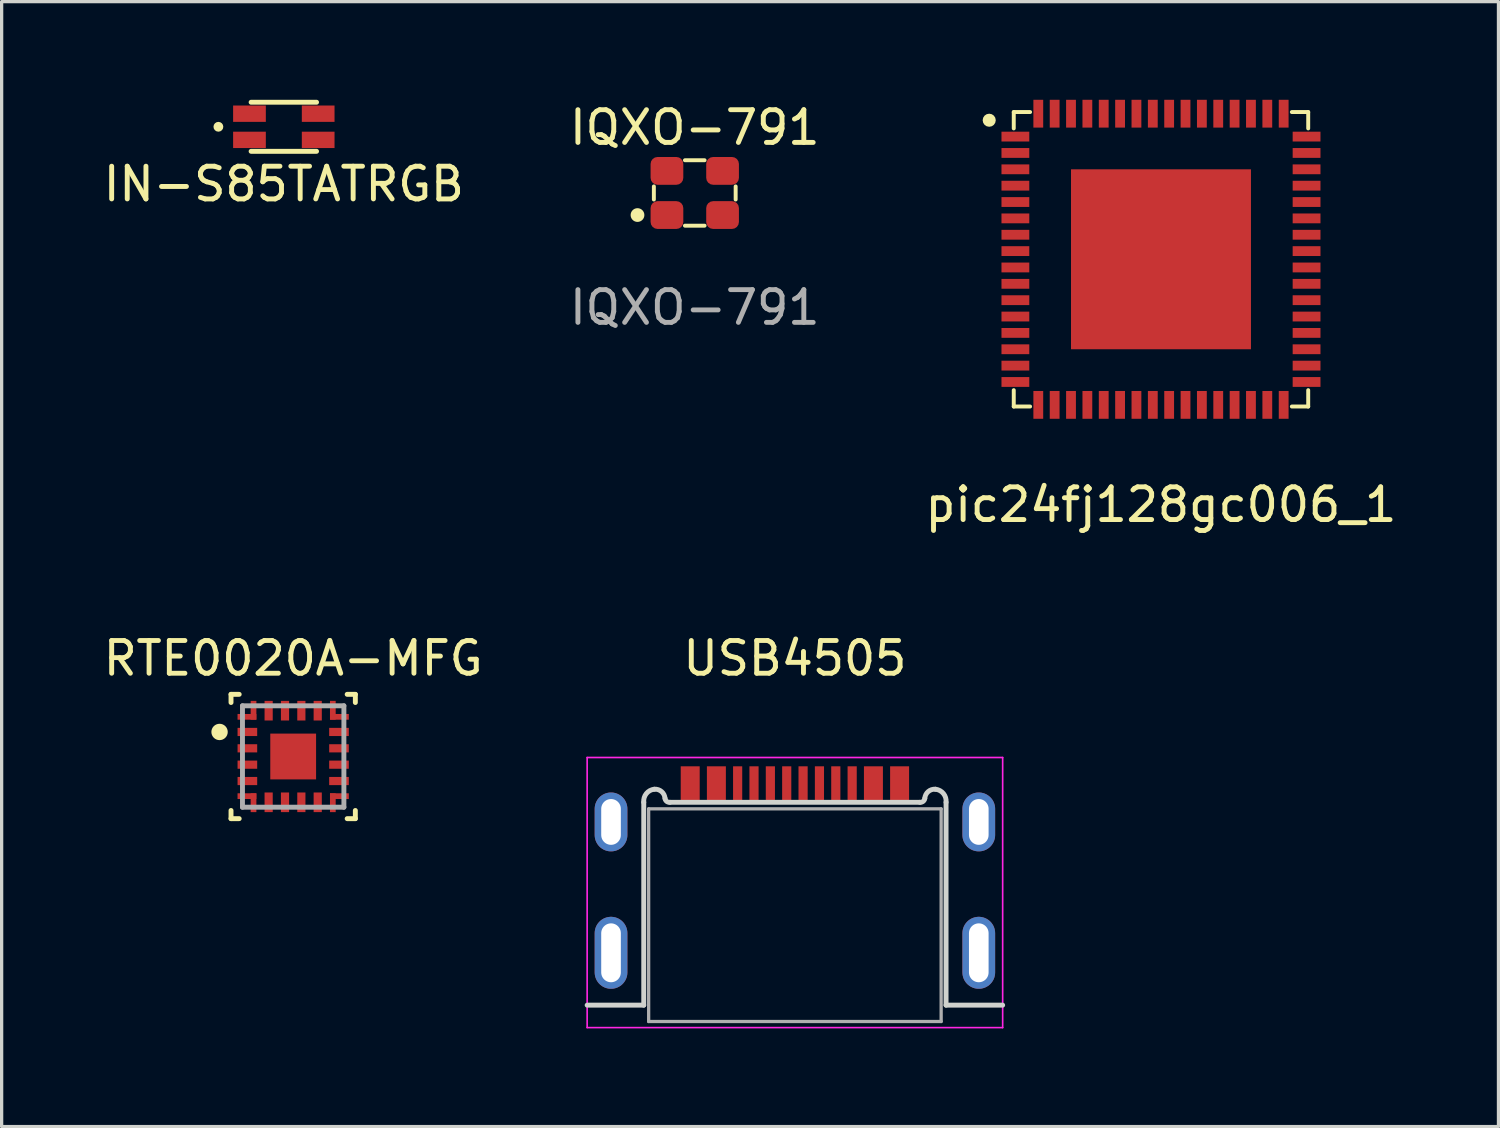
<source format=kicad_pcb>
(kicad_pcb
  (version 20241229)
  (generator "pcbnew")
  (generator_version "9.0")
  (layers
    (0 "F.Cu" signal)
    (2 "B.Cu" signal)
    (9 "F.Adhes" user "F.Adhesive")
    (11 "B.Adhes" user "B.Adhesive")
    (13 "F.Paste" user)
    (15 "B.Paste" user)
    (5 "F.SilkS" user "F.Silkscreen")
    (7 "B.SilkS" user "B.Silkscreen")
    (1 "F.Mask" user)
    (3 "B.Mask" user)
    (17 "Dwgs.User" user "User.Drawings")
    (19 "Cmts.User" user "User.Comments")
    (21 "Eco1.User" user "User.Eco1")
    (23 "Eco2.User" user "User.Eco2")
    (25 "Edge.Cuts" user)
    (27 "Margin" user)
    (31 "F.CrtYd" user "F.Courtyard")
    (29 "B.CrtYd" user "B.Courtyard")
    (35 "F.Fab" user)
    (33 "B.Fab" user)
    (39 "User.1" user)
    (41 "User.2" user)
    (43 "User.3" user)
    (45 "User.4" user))
  (footprint "RTE0020A-MFG"
    (layer "F.Cu")
    (at 5.911 20.072)
    (property "Reference" "RTE0020A-MFG" (at 0 -3 0) (unlocked yes) (layer "F.SilkS") (effects (font (size 1 1) (thickness 0.15))))
    (attr smd)
    (fp_line (start -1.9 -1.9) (end -1.65 -1.9) (stroke (width 0.15) (type solid)) (layer "F.SilkS"))
    (fp_line (start -1.9 -1.65) (end -1.9 -1.9) (stroke (width 0.15) (type solid)) (layer "F.SilkS"))
    (fp_line (start -1.9 1.9) (end -1.9 1.65) (stroke (width 0.15) (type solid)) (layer "F.SilkS"))
    (fp_line (start -1.9 1.9) (end -1.65 1.9) (stroke (width 0.15) (type solid)) (layer "F.SilkS"))
    (fp_line (start 1.65 -1.9) (end 1.9 -1.9) (stroke (width 0.15) (type solid)) (layer "F.SilkS"))
    (fp_line (start 1.65 1.9) (end 1.9 1.9) (stroke (width 0.15) (type solid)) (layer "F.SilkS"))
    (fp_line (start 1.9 -1.65) (end 1.9 -1.9) (stroke (width 0.15) (type solid)) (layer "F.SilkS"))
    (fp_line (start 1.9 1.9) (end 1.9 1.65) (stroke (width 0.15) (type solid)) (layer "F.SilkS"))
    (fp_circle (center -2.25 -0.75) (end -2.125 -0.75) (stroke (width 0.25) (type solid)) (fill no) (layer "F.SilkS"))
    (fp_poly (pts (xy 0.6 -0.65) (xy 0.65 -0.6) (xy 0.65 0.6) (xy 0.6 0.65) (xy -0.6 0.65) (xy -0.65 0.6) (xy -0.65 -0.6) (xy -0.6 -0.65)) (stroke (width 0) (type solid)) (fill yes) (layer "F.Paste"))
    (fp_line (start -1.55 -1.55) (end 1.55 -1.55) (stroke (width 0.15) (type solid)) (layer "F.Fab"))
    (fp_line (start -1.55 1.55) (end -1.55 -1.55) (stroke (width 0.15) (type solid)) (layer "F.Fab"))
    (fp_line (start -1.55 1.55) (end 1.55 1.55) (stroke (width 0.15) (type solid)) (layer "F.Fab"))
    (fp_line (start 1.55 1.55) (end 1.55 -1.55) (stroke (width 0.15) (type solid)) (layer "F.Fab"))
    (pad "1" smd rect (at -1.4 -0.75 90) (size 0.25 0.6) (layers "F.Cu" "F.Mask" "F.Paste"))
    (pad "2" smd rect (at -1.4 -0.25 90) (size 0.25 0.6) (layers "F.Cu" "F.Mask" "F.Paste"))
    (pad "3" smd rect (at -1.4 0.25 90) (size 0.25 0.6) (layers "F.Cu" "F.Mask" "F.Paste"))
    (pad "4" smd rect (at -1.4 0.75 90) (size 0.25 0.6) (layers "F.Cu" "F.Mask" "F.Paste"))
    (pad "5" smd rect (at -1.413 1.212) (size 0.575 0.175) (layers "F.Cu" "F.Mask" "F.Paste"))
    (pad "5" smd rect (at -1.212 1.413) (size 0.175 0.575) (layers "F.Cu" "F.Mask" "F.Paste"))
    (pad "6" smd rect (at -0.75 1.4) (size 0.25 0.6) (layers "F.Cu" "F.Mask" "F.Paste"))
    (pad "7" smd rect (at -0.25 1.4) (size 0.25 0.6) (layers "F.Cu" "F.Mask" "F.Paste"))
    (pad "8" smd rect (at 0.25 1.4) (size 0.25 0.6) (layers "F.Cu" "F.Mask" "F.Paste"))
    (pad "9" smd rect (at 0.75 1.4) (size 0.25 0.6) (layers "F.Cu" "F.Mask" "F.Paste"))
    (pad "10" smd rect (at 1.212 1.413) (size 0.175 0.575) (layers "F.Cu" "F.Mask" "F.Paste"))
    (pad "10" smd rect (at 1.413 1.212) (size 0.575 0.175) (layers "F.Cu" "F.Mask" "F.Paste"))
    (pad "11" smd rect (at 1.4 0.75 90) (size 0.25 0.6) (layers "F.Cu" "F.Mask" "F.Paste"))
    (pad "12" smd rect (at 1.4 0.25 90) (size 0.25 0.6) (layers "F.Cu" "F.Mask" "F.Paste"))
    (pad "13" smd rect (at 1.4 -0.25 90) (size 0.25 0.6) (layers "F.Cu" "F.Mask" "F.Paste"))
    (pad "14" smd rect (at 1.4 -0.75 90) (size 0.25 0.6) (layers "F.Cu" "F.Mask" "F.Paste"))
    (pad "15" smd rect (at 1.212 -1.413) (size 0.175 0.575) (layers "F.Cu" "F.Mask" "F.Paste"))
    (pad "15" smd rect (at 1.413 -1.212) (size 0.575 0.175) (layers "F.Cu" "F.Mask" "F.Paste"))
    (pad "16" smd rect (at 0.75 -1.4) (size 0.25 0.6) (layers "F.Cu" "F.Mask" "F.Paste"))
    (pad "17" smd rect (at 0.25 -1.4) (size 0.25 0.6) (layers "F.Cu" "F.Mask" "F.Paste"))
    (pad "18" smd rect (at -0.25 -1.4) (size 0.25 0.6) (layers "F.Cu" "F.Mask" "F.Paste"))
    (pad "19" smd rect (at -0.75 -1.4) (size 0.25 0.6) (layers "F.Cu" "F.Mask" "F.Paste"))
    (pad "20" smd rect (at -1.413 -1.212) (size 0.575 0.175) (layers "F.Cu" "F.Mask" "F.Paste"))
    (pad "20" smd rect (at -1.212 -1.413) (size 0.175 0.575) (layers "F.Cu" "F.Mask" "F.Paste"))
    (pad "21" smd rect (at 0 0) (size 1.4 1.4) (layers "F.Cu" "F.Mask")))
  (footprint "IN-S85TATRGB"
    (layer "F.Cu")
    (at 5.625 0.825)
    (property "Reference" "IN-S85TATRGB" (at 0 1.75 0) (layer "F.SilkS") (effects (font (size 1 1) (thickness 0.15))))
    (attr smd)
    (fp_line (start -1 -0.75) (end 1 -0.75) (stroke (width 0.15) (type solid)) (layer "F.SilkS"))
    (fp_line (start -1 0.75) (end 1 0.75) (stroke (width 0.15) (type solid)) (layer "F.SilkS"))
    (fp_circle (center -2 0) (end -1.925 0) (stroke (width 0.15) (type solid)) (fill no) (layer "F.SilkS"))
    (pad "1" smd rect (at -1.05 -0.4) (size 1 0.5) (layers "F.Cu" "F.Mask" "F.Paste"))
    (pad "2" smd rect (at 1.05 -0.4) (size 1 0.5) (layers "F.Cu" "F.Mask" "F.Paste"))
    (pad "3" smd rect (at -1.05 0.4) (size 1 0.5) (layers "F.Cu" "F.Mask" "F.Paste"))
    (pad "4" smd rect (at 1.05 0.4) (size 1 0.5) (layers "F.Cu" "F.Mask" "F.Paste")))
  (footprint "pic24fj128gc006_1"
    (layer "F.Cu")
    (at 32.435 4.875)
    (property "Reference" "pic24fj128gc006_1" (at 0 7.5 0) (layer "F.SilkS") (effects (font (size 1 1) (thickness 0.15))))
    (attr smd)
    (fp_line (start -4.5 -4.5) (end -4 -4.5) (stroke (width 0.12) (type solid)) (layer "F.SilkS"))
    (fp_line (start -4.5 -4) (end -4.5 -4.5) (stroke (width 0.12) (type solid)) (layer "F.SilkS"))
    (fp_line (start -4.5 4) (end -4.5 4.5) (stroke (width 0.12) (type solid)) (layer "F.SilkS"))
    (fp_line (start -4.5 4.5) (end -4 4.5) (stroke (width 0.12) (type solid)) (layer "F.SilkS"))
    (fp_line (start 4 -4.5) (end 4.5 -4.5) (stroke (width 0.12) (type solid)) (layer "F.SilkS"))
    (fp_line (start 4 4.5) (end 4.5 4.5) (stroke (width 0.12) (type solid)) (layer "F.SilkS"))
    (fp_line (start 4.5 -4) (end 4.5 -4.5) (stroke (width 0.12) (type solid)) (layer "F.SilkS"))
    (fp_line (start 4.5 4) (end 4.5 4.5) (stroke (width 0.12) (type solid)) (layer "F.SilkS"))
    (fp_circle (center -5.25 -4.25) (end -5.15 -4.25) (stroke (width 0.2) (type solid)) (fill no) (layer "F.SilkS"))
    (fp_poly (pts (xy -0.25 -0.25) (xy -2.5 -0.25) (xy -2.5 -2.5) (xy -0.25 -2.5)) (stroke (width 0.1) (type solid)) (fill yes) (layer "F.Paste"))
    (fp_poly (pts (xy -0.25 2.5) (xy -2.5 2.5) (xy -2.5 0.25) (xy -0.25 0.25)) (stroke (width 0.1) (type solid)) (fill yes) (layer "F.Paste"))
    (fp_poly (pts (xy 2.5 -0.25) (xy 0.25 -0.25) (xy 0.25 -2.5) (xy 2.5 -2.5)) (stroke (width 0.1) (type solid)) (fill yes) (layer "F.Paste"))
    (fp_poly (pts (xy 2.5 2.5) (xy 0.25 2.5) (xy 0.25 0.25) (xy 2.5 0.25)) (stroke (width 0.1) (type solid)) (fill yes) (layer "F.Paste"))
    (pad "1" smd rect (at -4.45 -3.75) (size 0.85 0.3) (layers "F.Cu" "F.Mask" "F.Paste"))
    (pad "2" smd rect (at -4.45 -3.25) (size 0.85 0.3) (layers "F.Cu" "F.Mask" "F.Paste"))
    (pad "3" smd rect (at -4.45 -2.75) (size 0.85 0.3) (layers "F.Cu" "F.Mask" "F.Paste"))
    (pad "4" smd rect (at -4.45 -2.25) (size 0.85 0.3) (layers "F.Cu" "F.Mask" "F.Paste"))
    (pad "5" smd rect (at -4.45 -1.75) (size 0.85 0.3) (layers "F.Cu" "F.Mask" "F.Paste"))
    (pad "6" smd rect (at -4.45 -1.25) (size 0.85 0.3) (layers "F.Cu" "F.Mask" "F.Paste"))
    (pad "7" smd rect (at -4.45 -0.75) (size 0.85 0.3) (layers "F.Cu" "F.Mask" "F.Paste"))
    (pad "8" smd rect (at -4.45 -0.25) (size 0.85 0.3) (layers "F.Cu" "F.Mask" "F.Paste"))
    (pad "9" smd rect (at -4.45 0.25) (size 0.85 0.3) (layers "F.Cu" "F.Mask" "F.Paste"))
    (pad "10" smd rect (at -4.45 0.75) (size 0.85 0.3) (layers "F.Cu" "F.Mask" "F.Paste"))
    (pad "11" smd rect (at -4.45 1.25) (size 0.85 0.3) (layers "F.Cu" "F.Mask" "F.Paste"))
    (pad "12" smd rect (at -4.45 1.75) (size 0.85 0.3) (layers "F.Cu" "F.Mask" "F.Paste"))
    (pad "13" smd rect (at -4.45 2.25) (size 0.85 0.3) (layers "F.Cu" "F.Mask" "F.Paste"))
    (pad "14" smd rect (at -4.45 2.75) (size 0.85 0.3) (layers "F.Cu" "F.Mask" "F.Paste"))
    (pad "15" smd rect (at -4.45 3.25) (size 0.85 0.3) (layers "F.Cu" "F.Mask" "F.Paste"))
    (pad "16" smd rect (at -4.45 3.75) (size 0.85 0.3) (layers "F.Cu" "F.Mask" "F.Paste"))
    (pad "17" smd rect (at -3.75 4.45 270) (size 0.85 0.3) (layers "F.Cu" "F.Mask" "F.Paste"))
    (pad "18" smd rect (at -3.25 4.45 270) (size 0.85 0.3) (layers "F.Cu" "F.Mask" "F.Paste"))
    (pad "19" smd rect (at -2.75 4.45 270) (size 0.85 0.3) (layers "F.Cu" "F.Mask" "F.Paste"))
    (pad "20" smd rect (at -2.25 4.45 270) (size 0.85 0.3) (layers "F.Cu" "F.Mask" "F.Paste"))
    (pad "21" smd rect (at -1.75 4.45 270) (size 0.85 0.3) (layers "F.Cu" "F.Mask" "F.Paste"))
    (pad "22" smd rect (at -1.25 4.45 270) (size 0.85 0.3) (layers "F.Cu" "F.Mask" "F.Paste"))
    (pad "23" smd rect (at -0.75 4.45 270) (size 0.85 0.3) (layers "F.Cu" "F.Mask" "F.Paste"))
    (pad "24" smd rect (at -0.25 4.45 270) (size 0.85 0.3) (layers "F.Cu" "F.Mask" "F.Paste"))
    (pad "25" smd rect (at 0.25 4.45 270) (size 0.85 0.3) (layers "F.Cu" "F.Mask" "F.Paste"))
    (pad "26" smd rect (at 0.75 4.45 270) (size 0.85 0.3) (layers "F.Cu" "F.Mask" "F.Paste"))
    (pad "27" smd rect (at 1.25 4.45 270) (size 0.85 0.3) (layers "F.Cu" "F.Mask" "F.Paste"))
    (pad "28" smd rect (at 1.75 4.45 270) (size 0.85 0.3) (layers "F.Cu" "F.Mask" "F.Paste"))
    (pad "29" smd rect (at 2.25 4.45 270) (size 0.85 0.3) (layers "F.Cu" "F.Mask" "F.Paste"))
    (pad "30" smd rect (at 2.75 4.45 270) (size 0.85 0.3) (layers "F.Cu" "F.Mask" "F.Paste"))
    (pad "31" smd rect (at 3.25 4.45 270) (size 0.85 0.3) (layers "F.Cu" "F.Mask" "F.Paste"))
    (pad "32" smd rect (at 3.75 4.45 270) (size 0.85 0.3) (layers "F.Cu" "F.Mask" "F.Paste"))
    (pad "33" smd rect (at 4.45 3.75) (size 0.85 0.3) (layers "F.Cu" "F.Mask" "F.Paste"))
    (pad "34" smd rect (at 4.45 3.25) (size 0.85 0.3) (layers "F.Cu" "F.Mask" "F.Paste"))
    (pad "35" smd rect (at 4.45 2.75) (size 0.85 0.3) (layers "F.Cu" "F.Mask" "F.Paste"))
    (pad "36" smd rect (at 4.45 2.25) (size 0.85 0.3) (layers "F.Cu" "F.Mask" "F.Paste"))
    (pad "37" smd rect (at 4.45 1.75) (size 0.85 0.3) (layers "F.Cu" "F.Mask" "F.Paste"))
    (pad "38" smd rect (at 4.45 1.25) (size 0.85 0.3) (layers "F.Cu" "F.Mask" "F.Paste"))
    (pad "39" smd rect (at 4.45 0.75) (size 0.85 0.3) (layers "F.Cu" "F.Mask" "F.Paste"))
    (pad "40" smd rect (at 4.45 0.25) (size 0.85 0.3) (layers "F.Cu" "F.Mask" "F.Paste"))
    (pad "41" smd rect (at 4.45 -0.25) (size 0.85 0.3) (layers "F.Cu" "F.Mask" "F.Paste"))
    (pad "42" smd rect (at 4.45 -0.75) (size 0.85 0.3) (layers "F.Cu" "F.Mask" "F.Paste"))
    (pad "43" smd rect (at 4.45 -1.25) (size 0.85 0.3) (layers "F.Cu" "F.Mask" "F.Paste"))
    (pad "44" smd rect (at 4.45 -1.75) (size 0.85 0.3) (layers "F.Cu" "F.Mask" "F.Paste"))
    (pad "45" smd rect (at 4.45 -2.25) (size 0.85 0.3) (layers "F.Cu" "F.Mask" "F.Paste"))
    (pad "46" smd rect (at 4.45 -2.75) (size 0.85 0.3) (layers "F.Cu" "F.Mask" "F.Paste"))
    (pad "47" smd rect (at 4.45 -3.25) (size 0.85 0.3) (layers "F.Cu" "F.Mask" "F.Paste"))
    (pad "48" smd rect (at 4.45 -3.75) (size 0.85 0.3) (layers "F.Cu" "F.Mask" "F.Paste"))
    (pad "49" smd rect (at 3.75 -4.45 90) (size 0.85 0.3) (layers "F.Cu" "F.Mask" "F.Paste"))
    (pad "50" smd rect (at 3.25 -4.45 90) (size 0.85 0.3) (layers "F.Cu" "F.Mask" "F.Paste"))
    (pad "51" smd rect (at 2.75 -4.45 90) (size 0.85 0.3) (layers "F.Cu" "F.Mask" "F.Paste"))
    (pad "52" smd rect (at 2.25 -4.45 90) (size 0.85 0.3) (layers "F.Cu" "F.Mask" "F.Paste"))
    (pad "53" smd rect (at 1.75 -4.45 90) (size 0.85 0.3) (layers "F.Cu" "F.Mask" "F.Paste"))
    (pad "54" smd rect (at 1.25 -4.45 90) (size 0.85 0.3) (layers "F.Cu" "F.Mask" "F.Paste"))
    (pad "55" smd rect (at 0.75 -4.45 90) (size 0.85 0.3) (layers "F.Cu" "F.Mask" "F.Paste"))
    (pad "56" smd rect (at 0.25 -4.45 90) (size 0.85 0.3) (layers "F.Cu" "F.Mask" "F.Paste"))
    (pad "57" smd rect (at -0.25 -4.45 90) (size 0.85 0.3) (layers "F.Cu" "F.Mask" "F.Paste"))
    (pad "58" smd rect (at -0.75 -4.45 90) (size 0.85 0.3) (layers "F.Cu" "F.Mask" "F.Paste"))
    (pad "59" smd rect (at -1.25 -4.45 90) (size 0.85 0.3) (layers "F.Cu" "F.Mask" "F.Paste"))
    (pad "60" smd rect (at -1.75 -4.45 90) (size 0.85 0.3) (layers "F.Cu" "F.Mask" "F.Paste"))
    (pad "61" smd rect (at -2.25 -4.45 90) (size 0.85 0.3) (layers "F.Cu" "F.Mask" "F.Paste"))
    (pad "62" smd rect (at -2.75 -4.45 90) (size 0.85 0.3) (layers "F.Cu" "F.Mask" "F.Paste"))
    (pad "63" smd rect (at -3.25 -4.45 90) (size 0.85 0.3) (layers "F.Cu" "F.Mask" "F.Paste"))
    (pad "64" smd rect (at -3.75 -4.45 90) (size 0.85 0.3) (layers "F.Cu" "F.Mask" "F.Paste"))
    (pad "65" smd rect (at 0 0) (size 5.5 5.5) (layers "F.Cu" "F.Mask")))
  (footprint "IQXO-791"
    (layer "F.Cu")
    (at 18.185 2.848)
    (property "Reference" "IQXO-791" (at 0 -2 0) (unlocked yes) (layer "F.SilkS") (effects (font (size 1 1) (thickness 0.15))))
    (attr smd)
    (fp_line (start -1.25 -0.2) (end -1.25 0.2) (stroke (width 0.12) (type default)) (layer "F.SilkS"))
    (fp_line (start -0.3 -1) (end 0.3 -1) (stroke (width 0.12) (type default)) (layer "F.SilkS"))
    (fp_line (start -0.3 1) (end 0.3 1) (stroke (width 0.12) (type default)) (layer "F.SilkS"))
    (fp_line (start 1.25 -0.2) (end 1.25 0.2) (stroke (width 0.12) (type default)) (layer "F.SilkS"))
    (fp_circle (center -1.75 0.675) (end -1.6 0.675) (stroke (width 0.12) (type solid)) (fill yes) (layer "F.SilkS"))
    (fp_text user "${REFERENCE}" (at 0 3.5 0) (unlocked yes) (layer "F.Fab") (effects (font (size 1 1) (thickness 0.15))))
    (pad "1" smd roundrect (at -0.85 0.675) (size 1 0.85) (layers "F.Cu" "F.Mask" "F.Paste") (roundrect_rratio 0.25))
    (pad "2" smd roundrect (at 0.85 0.675) (size 1 0.85) (layers "F.Cu" "F.Mask" "F.Paste") (roundrect_rratio 0.25))
    (pad "3" smd roundrect (at 0.85 -0.675) (size 1 0.85) (layers "F.Cu" "F.Mask" "F.Paste") (roundrect_rratio 0.25))
    (pad "4" smd roundrect (at -0.85 -0.675) (size 1 0.85) (layers "F.Cu" "F.Mask" "F.Paste") (roundrect_rratio 0.25)))
  (footprint "USB4505"
    (layer "F.Cu")
    (at 21.246 26.072)
    (property "Reference" "USB4505" (at 0 -9 0) (layer "F.SilkS") (effects (font (size 1 1) (thickness 0.15))))
    (attr smd)
    (fp_line (start -6.35 1.6) (end -4.62 1.6) (stroke (width 0.15) (type solid)) (layer "Edge.Cuts"))
    (fp_line (start -4.62 1.6) (end -4.62 -4.6) (stroke (width 0.15) (type solid)) (layer "Edge.Cuts"))
    (fp_line (start -3.82 -4.6) (end 3.82 -4.6) (stroke (width 0.15) (type solid)) (layer "Edge.Cuts"))
    (fp_line (start 4.62 -4.6) (end 4.62 1.6) (stroke (width 0.15) (type solid)) (layer "Edge.Cuts"))
    (fp_line (start 4.62 1.6) (end 6.35 1.6) (stroke (width 0.15) (type solid)) (layer "Edge.Cuts"))
    (fp_arc (start -4.62 -4.6) (mid -4.540343 -4.86731) (end -4.295 -5) (stroke (width 0.15) (type solid)) (layer "Edge.Cuts"))
    (fp_arc (start -4.295 -5) (mid -4.07451 -4.92731) (end -3.97 -4.72) (stroke (width 0.15) (type solid)) (layer "Edge.Cuts"))
    (fp_arc (start -3.82 -4.6) (mid -3.919852 -4.628934) (end -3.97 -4.72) (stroke (width 0.15) (type solid)) (layer "Edge.Cuts"))
    (fp_arc (start 3.97 -4.72) (mid 3.919853 -4.628935) (end 3.82 -4.6) (stroke (width 0.15) (type solid)) (layer "Edge.Cuts"))
    (fp_arc (start 3.97 -4.72) (mid 4.07451 -4.92731) (end 4.295 -5) (stroke (width 0.15) (type solid)) (layer "Edge.Cuts"))
    (fp_arc (start 4.295 -5) (mid 4.540343 -4.86731) (end 4.62 -4.6) (stroke (width 0.15) (type solid)) (layer "Edge.Cuts"))
    (fp_line (start -6.35 -5.969) (end 6.35 -5.969) (stroke (width 0.05) (type solid)) (layer "F.CrtYd"))
    (fp_line (start -6.35 2.286) (end -6.35 -5.969) (stroke (width 0.05) (type solid)) (layer "F.CrtYd"))
    (fp_line (start -6.35 2.286) (end 6.35 2.286) (stroke (width 0.05) (type solid)) (layer "F.CrtYd"))
    (fp_line (start 6.35 2.286) (end 6.35 -5.969) (stroke (width 0.05) (type solid)) (layer "F.CrtYd"))
    (fp_line (start -4.47 -4.4) (end 4.47 -4.4) (stroke (width 0.1) (type solid)) (layer "F.Fab"))
    (fp_line (start -4.47 2.1) (end -4.47 -4.4) (stroke (width 0.1) (type solid)) (layer "F.Fab"))
    (fp_line (start -4.47 2.1) (end 4.47 2.1) (stroke (width 0.1) (type solid)) (layer "F.Fab"))
    (fp_line (start 4.47 2.1) (end 4.47 -4.4) (stroke (width 0.1) (type solid)) (layer "F.Fab"))
    (pad "A1B12" smd rect (at -3.2 -5.15) (size 0.58 1.1) (layers "F.Cu" "F.Mask" "F.Paste"))
    (pad "A4B9" smd rect (at -2.4 -5.15) (size 0.58 1.1) (layers "F.Cu" "F.Mask" "F.Paste"))
    (pad "A5" smd rect (at -1.25 -5.15) (size 0.28 1.1) (layers "F.Cu" "F.Mask" "F.Paste"))
    (pad "A6" smd rect (at -0.25 -5.15) (size 0.28 1.1) (layers "F.Cu" "F.Mask" "F.Paste"))
    (pad "A7" smd rect (at 0.25 -5.15) (size 0.28 1.1) (layers "F.Cu" "F.Mask" "F.Paste"))
    (pad "A8" smd rect (at 1.25 -5.15) (size 0.28 1.1) (layers "F.Cu" "F.Mask" "F.Paste"))
    (pad "B1A12" smd rect (at 3.2 -5.15) (size 0.58 1.1) (layers "F.Cu" "F.Mask" "F.Paste"))
    (pad "B4A9" smd rect (at 2.4 -5.15) (size 0.58 1.1) (layers "F.Cu" "F.Mask" "F.Paste"))
    (pad "B5" smd rect (at 1.75 -5.15) (size 0.28 1.1) (layers "F.Cu" "F.Mask" "F.Paste"))
    (pad "B6" smd rect (at 0.75 -5.15) (size 0.28 1.1) (layers "F.Cu" "F.Mask" "F.Paste"))
    (pad "B7" smd rect (at -0.75 -5.15) (size 0.28 1.1) (layers "F.Cu" "F.Mask" "F.Paste"))
    (pad "B8" smd rect (at -1.75 -5.15) (size 0.28 1.1) (layers "F.Cu" "F.Mask" "F.Paste"))
    (pad "S1" thru_hole oval (at -5.62 0) (size 1 2.2) (drill oval 0.6 1.8) (layers "*.Cu" "*.Mask"))
    (pad "S2" thru_hole oval (at -5.62 -4) (size 1 1.8) (drill oval 0.6 1.4) (layers "*.Cu" "*.Mask"))
    (pad "S3" thru_hole oval (at 5.62 -4) (size 1 1.8) (drill oval 0.6 1.4) (layers "*.Cu" "*.Mask"))
    (pad "S4" thru_hole oval (at 5.62 0) (size 1 2.2) (drill oval 0.6 1.8) (layers "*.Cu" "*.Mask")))
  (gr_rect
    (start -3 -3)
    (end 42.75 31.383)
    (stroke (width 0.1) (type default))
    (fill no)
    (layer "Edge.Cuts")))
</source>
